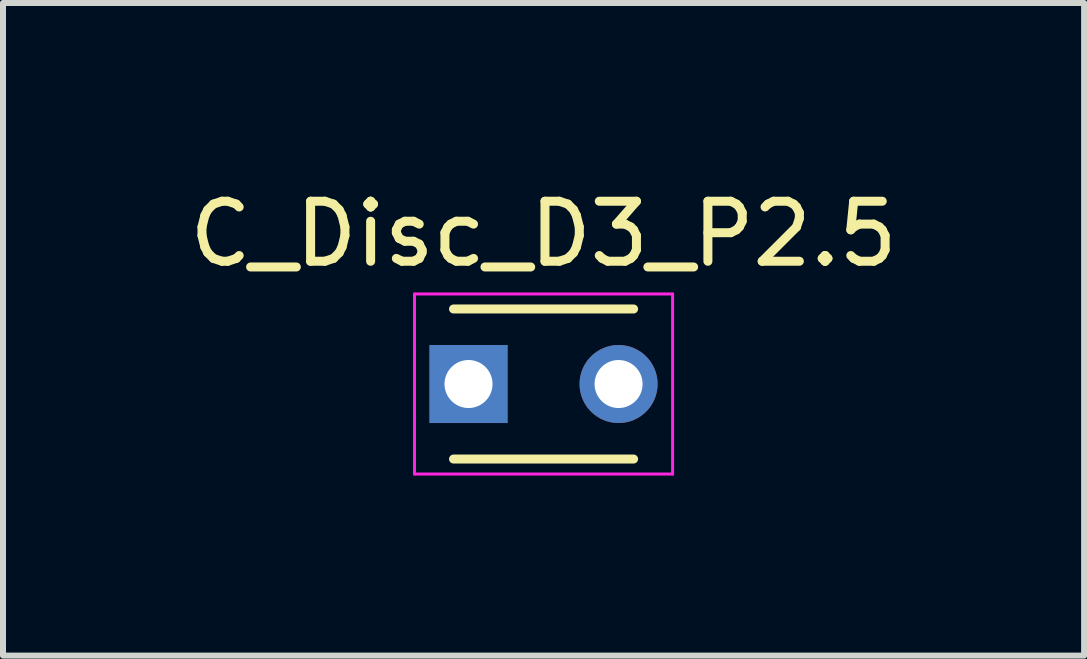
<source format=kicad_pcb>
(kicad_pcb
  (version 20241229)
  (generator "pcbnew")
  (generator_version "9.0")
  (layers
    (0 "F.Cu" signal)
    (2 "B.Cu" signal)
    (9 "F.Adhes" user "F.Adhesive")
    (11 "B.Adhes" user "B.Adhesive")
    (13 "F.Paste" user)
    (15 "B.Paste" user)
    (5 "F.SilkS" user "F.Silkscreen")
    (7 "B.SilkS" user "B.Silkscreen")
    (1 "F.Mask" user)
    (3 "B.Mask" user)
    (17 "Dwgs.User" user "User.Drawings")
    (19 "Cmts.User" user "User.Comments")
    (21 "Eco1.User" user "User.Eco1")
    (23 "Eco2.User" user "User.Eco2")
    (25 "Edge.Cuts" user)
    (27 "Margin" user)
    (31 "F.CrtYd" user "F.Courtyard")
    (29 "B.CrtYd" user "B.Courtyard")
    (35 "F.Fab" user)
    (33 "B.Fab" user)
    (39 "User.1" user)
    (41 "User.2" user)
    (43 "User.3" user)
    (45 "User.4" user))
  (footprint "C_Disc_D3_P2.5"
    (layer "F.Cu")
    (at 4.756 3.348)
    (property "Reference" "C_Disc_D3_P2.5" (at 1.25 -2.5 0) (layer "F.SilkS") (effects (font (size 1 1) (thickness 0.15))))
    (attr through_hole)
    (fp_line (start -0.25 -1.25) (end 2.75 -1.25) (stroke (width 0.15) (type solid)) (layer "F.SilkS"))
    (fp_line (start 2.75 1.25) (end -0.25 1.25) (stroke (width 0.15) (type solid)) (layer "F.SilkS"))
    (fp_line (start -0.9 -1.5) (end 3.4 -1.5) (stroke (width 0.05) (type solid)) (layer "F.CrtYd"))
    (fp_line (start -0.9 1.5) (end -0.9 -1.5) (stroke (width 0.05) (type solid)) (layer "F.CrtYd"))
    (fp_line (start 3.4 -1.5) (end 3.4 1.5) (stroke (width 0.05) (type solid)) (layer "F.CrtYd"))
    (fp_line (start 3.4 1.5) (end -0.9 1.5) (stroke (width 0.05) (type solid)) (layer "F.CrtYd"))
    (pad "1" thru_hole rect (at 0 0) (size 1.3 1.3) (drill 0.8) (layers "*.Cu" "*.Mask"))
    (pad "2" thru_hole circle (at 2.5 0) (size 1.3 1.3) (drill 0.8) (layers "*.Cu" "*.Mask")))
  (gr_rect
    (start -3 -3)
    (end 15.012 7.873)
    (stroke (width 0.1) (type default))
    (fill no)
    (layer "Edge.Cuts")))
</source>
